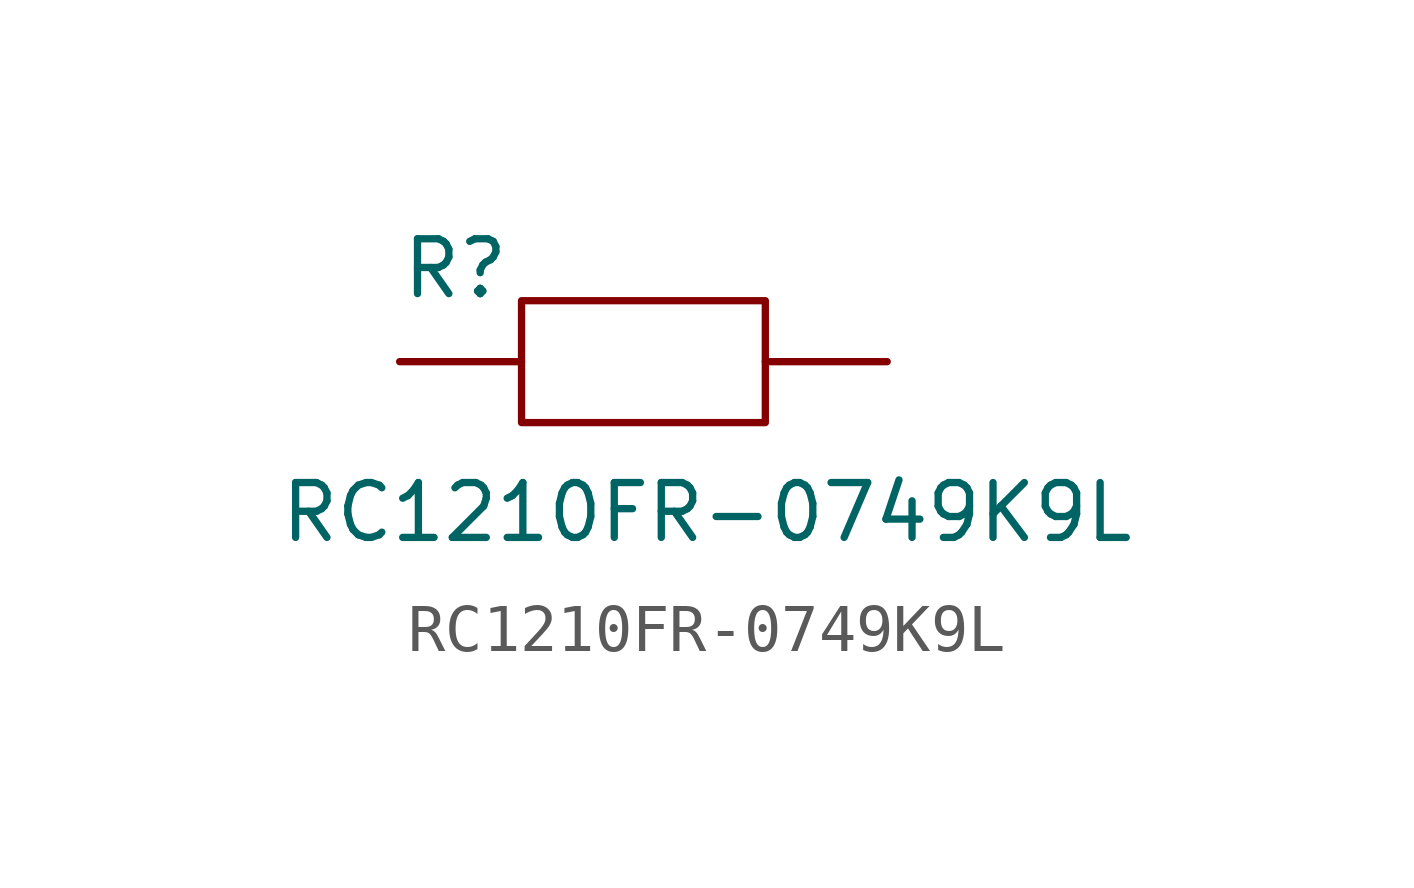
<source format=kicad_sym>
(kicad_symbol_lib
  (version 20211014)
  (generator kicad_symbol_editor)
  (symbol "RC1210FR-0749K9L"
    (pin_numbers hide)
    (pin_names
      (offset 1.016) hide)
    (property "Reference" "R"
      (at -5.08 1.27 0)
      (effects (font (size 1.143 1.143)) (justify left bottom)))
    (property "Value" "RC1210FR-0749K9L"
      (at -7.62 -3.81 0)
      (effects (font (size 1.143 1.143)) (justify left bottom)))
    (symbol "RC1210FR-0749K9L_0_1"
      (rectangle (start -2.54 1.27) (end 2.54 -1.27) (stroke (width 0) (type default) (color 0 0 0 0)) (fill (type none))))
    (symbol "RC1210FR-0749K9L_1_1"
      (pin passive line (at -5.08 0 0) (length 2.54) (name "1" (effects (font (size 1.016 1.016)))) (number "1" (effects (font (size 1.016 1.016)))))
      (pin passive line (at 5.08 0 180) (length 2.54) (name "2" (effects (font (size 1.016 1.016)))) (number "2" (effects (font (size 1.016 1.016))))))))
</source>
